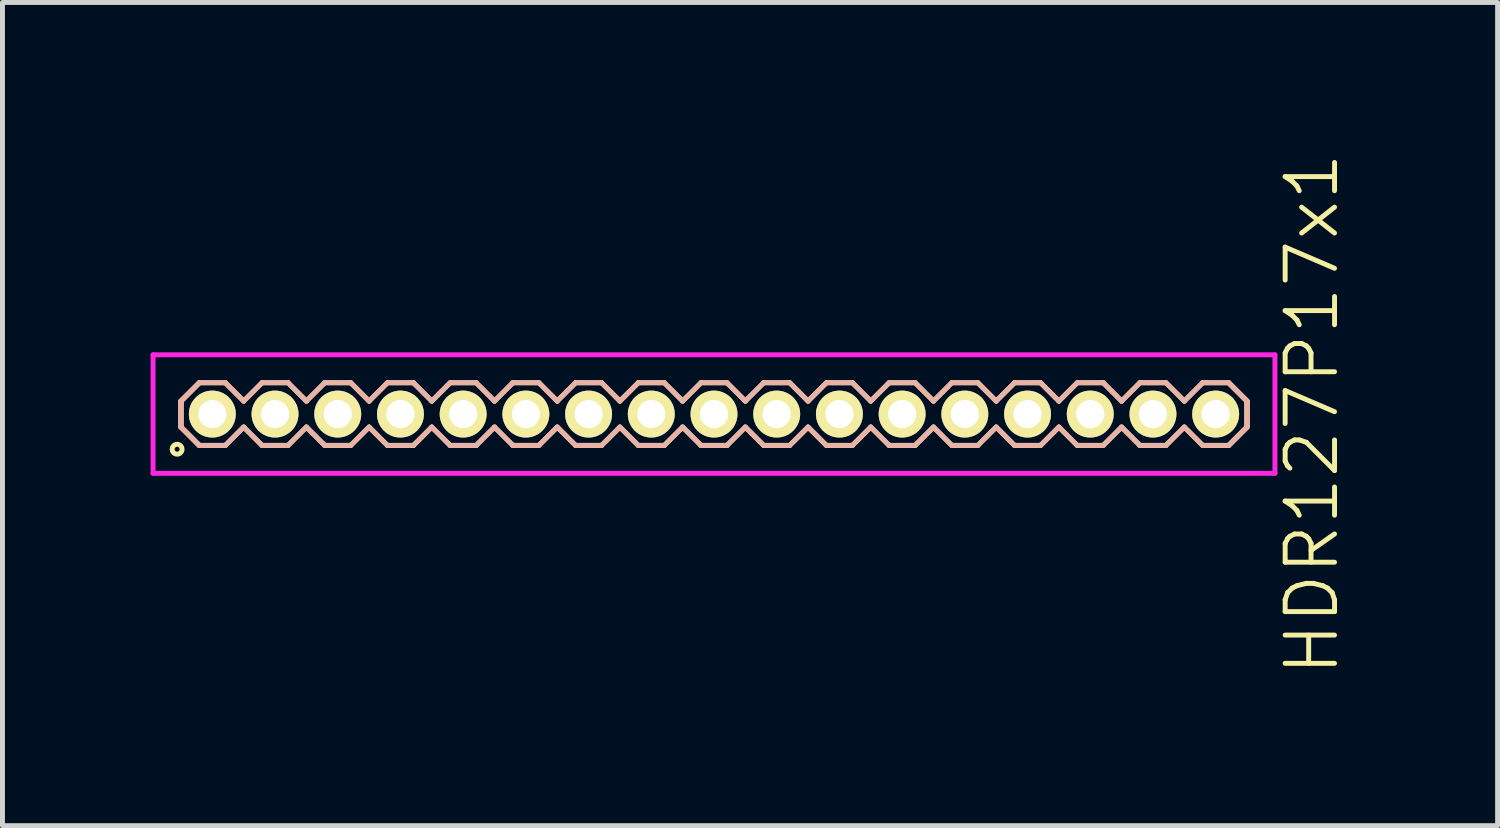
<source format=kicad_pcb>
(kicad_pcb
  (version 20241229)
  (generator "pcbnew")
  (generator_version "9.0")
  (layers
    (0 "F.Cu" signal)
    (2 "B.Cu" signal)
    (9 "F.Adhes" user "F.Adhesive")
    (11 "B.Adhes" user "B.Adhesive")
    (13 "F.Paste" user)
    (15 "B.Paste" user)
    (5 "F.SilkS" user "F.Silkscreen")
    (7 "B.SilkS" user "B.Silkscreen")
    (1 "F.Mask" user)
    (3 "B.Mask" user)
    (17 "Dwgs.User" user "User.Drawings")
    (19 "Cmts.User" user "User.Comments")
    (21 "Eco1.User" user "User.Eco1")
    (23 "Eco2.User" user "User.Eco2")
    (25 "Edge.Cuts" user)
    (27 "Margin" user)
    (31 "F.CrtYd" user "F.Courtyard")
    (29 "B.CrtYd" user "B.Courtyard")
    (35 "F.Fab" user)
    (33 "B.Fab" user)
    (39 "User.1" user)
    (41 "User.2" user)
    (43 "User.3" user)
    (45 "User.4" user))
  (footprint "HDR127P17x1"
    (layer "F.Cu")
    (at 11.41 5.336)
    (property "Reference" "HDR127P17x1" (at 12.11 0 90) (layer "F.SilkS") (effects (font (size 1 1) (thickness 0.1))))
    (attr through_hole)
    (fp_line (start -10.795 -0.263) (end -10.423 -0.635) (stroke (width 0.1) (type solid)) (layer "F.SilkS"))
    (fp_line (start -10.795 -0.263) (end -10.423 -0.635) (stroke (width 0.1) (type solid)) (layer "F.SilkS"))
    (fp_line (start -10.795 0.263) (end -10.795 -0.263) (stroke (width 0.1) (type solid)) (layer "F.SilkS"))
    (fp_line (start -10.795 0.263) (end -10.795 -0.263) (stroke (width 0.1) (type solid)) (layer "F.SilkS"))
    (fp_line (start -10.423 -0.635) (end -9.897 -0.635) (stroke (width 0.1) (type solid)) (layer "F.SilkS"))
    (fp_line (start -10.423 0.635) (end -10.795 0.263) (stroke (width 0.1) (type solid)) (layer "F.SilkS"))
    (fp_line (start -10.423 0.635) (end -10.795 0.263) (stroke (width 0.1) (type solid)) (layer "F.SilkS"))
    (fp_line (start -9.897 -0.635) (end -9.525 -0.263) (stroke (width 0.1) (type solid)) (layer "F.SilkS"))
    (fp_line (start -9.897 0.635) (end -10.423 0.635) (stroke (width 0.1) (type solid)) (layer "F.SilkS"))
    (fp_line (start -9.525 -0.263) (end -9.153 -0.635) (stroke (width 0.1) (type solid)) (layer "F.SilkS"))
    (fp_line (start -9.525 0.263) (end -9.897 0.635) (stroke (width 0.1) (type solid)) (layer "F.SilkS"))
    (fp_line (start -9.153 -0.635) (end -8.627 -0.635) (stroke (width 0.1) (type solid)) (layer "F.SilkS"))
    (fp_line (start -9.153 0.635) (end -9.525 0.263) (stroke (width 0.1) (type solid)) (layer "F.SilkS"))
    (fp_line (start -8.627 -0.635) (end -8.255 -0.263) (stroke (width 0.1) (type solid)) (layer "F.SilkS"))
    (fp_line (start -8.627 0.635) (end -9.153 0.635) (stroke (width 0.1) (type solid)) (layer "F.SilkS"))
    (fp_line (start -8.255 -0.263) (end -7.883 -0.635) (stroke (width 0.1) (type solid)) (layer "F.SilkS"))
    (fp_line (start -8.255 0.263) (end -8.627 0.635) (stroke (width 0.1) (type solid)) (layer "F.SilkS"))
    (fp_line (start -7.883 -0.635) (end -7.357 -0.635) (stroke (width 0.1) (type solid)) (layer "F.SilkS"))
    (fp_line (start -7.883 0.635) (end -8.255 0.263) (stroke (width 0.1) (type solid)) (layer "F.SilkS"))
    (fp_line (start -7.357 -0.635) (end -6.985 -0.263) (stroke (width 0.1) (type solid)) (layer "F.SilkS"))
    (fp_line (start -7.357 0.635) (end -7.883 0.635) (stroke (width 0.1) (type solid)) (layer "F.SilkS"))
    (fp_line (start -6.985 -0.263) (end -6.613 -0.635) (stroke (width 0.1) (type solid)) (layer "F.SilkS"))
    (fp_line (start -6.985 0.263) (end -7.357 0.635) (stroke (width 0.1) (type solid)) (layer "F.SilkS"))
    (fp_line (start -6.613 -0.635) (end -6.087 -0.635) (stroke (width 0.1) (type solid)) (layer "F.SilkS"))
    (fp_line (start -6.613 0.635) (end -6.985 0.263) (stroke (width 0.1) (type solid)) (layer "F.SilkS"))
    (fp_line (start -6.087 -0.635) (end -5.715 -0.263) (stroke (width 0.1) (type solid)) (layer "F.SilkS"))
    (fp_line (start -6.087 0.635) (end -6.613 0.635) (stroke (width 0.1) (type solid)) (layer "F.SilkS"))
    (fp_line (start -5.715 -0.263) (end -5.343 -0.635) (stroke (width 0.1) (type solid)) (layer "F.SilkS"))
    (fp_line (start -5.715 0.263) (end -6.087 0.635) (stroke (width 0.1) (type solid)) (layer "F.SilkS"))
    (fp_line (start -5.343 -0.635) (end -4.817 -0.635) (stroke (width 0.1) (type solid)) (layer "F.SilkS"))
    (fp_line (start -5.343 0.635) (end -5.715 0.263) (stroke (width 0.1) (type solid)) (layer "F.SilkS"))
    (fp_line (start -4.817 -0.635) (end -4.445 -0.263) (stroke (width 0.1) (type solid)) (layer "F.SilkS"))
    (fp_line (start -4.817 0.635) (end -5.343 0.635) (stroke (width 0.1) (type solid)) (layer "F.SilkS"))
    (fp_line (start -4.445 -0.263) (end -4.073 -0.635) (stroke (width 0.1) (type solid)) (layer "F.SilkS"))
    (fp_line (start -4.445 0.263) (end -4.817 0.635) (stroke (width 0.1) (type solid)) (layer "F.SilkS"))
    (fp_line (start -4.073 -0.635) (end -3.547 -0.635) (stroke (width 0.1) (type solid)) (layer "F.SilkS"))
    (fp_line (start -4.073 0.635) (end -4.445 0.263) (stroke (width 0.1) (type solid)) (layer "F.SilkS"))
    (fp_line (start -3.547 -0.635) (end -3.175 -0.263) (stroke (width 0.1) (type solid)) (layer "F.SilkS"))
    (fp_line (start -3.547 0.635) (end -4.073 0.635) (stroke (width 0.1) (type solid)) (layer "F.SilkS"))
    (fp_line (start -3.175 -0.263) (end -2.803 -0.635) (stroke (width 0.1) (type solid)) (layer "F.SilkS"))
    (fp_line (start -3.175 0.263) (end -3.547 0.635) (stroke (width 0.1) (type solid)) (layer "F.SilkS"))
    (fp_line (start -2.803 -0.635) (end -2.277 -0.635) (stroke (width 0.1) (type solid)) (layer "F.SilkS"))
    (fp_line (start -2.803 0.635) (end -3.175 0.263) (stroke (width 0.1) (type solid)) (layer "F.SilkS"))
    (fp_line (start -2.277 -0.635) (end -1.905 -0.263) (stroke (width 0.1) (type solid)) (layer "F.SilkS"))
    (fp_line (start -2.277 0.635) (end -2.803 0.635) (stroke (width 0.1) (type solid)) (layer "F.SilkS"))
    (fp_line (start -1.905 -0.263) (end -1.533 -0.635) (stroke (width 0.1) (type solid)) (layer "F.SilkS"))
    (fp_line (start -1.905 0.263) (end -2.277 0.635) (stroke (width 0.1) (type solid)) (layer "F.SilkS"))
    (fp_line (start -1.533 -0.635) (end -1.007 -0.635) (stroke (width 0.1) (type solid)) (layer "F.SilkS"))
    (fp_line (start -1.533 0.635) (end -1.905 0.263) (stroke (width 0.1) (type solid)) (layer "F.SilkS"))
    (fp_line (start -1.007 -0.635) (end -0.635 -0.263) (stroke (width 0.1) (type solid)) (layer "F.SilkS"))
    (fp_line (start -1.007 0.635) (end -1.533 0.635) (stroke (width 0.1) (type solid)) (layer "F.SilkS"))
    (fp_line (start -0.635 -0.263) (end -0.263 -0.635) (stroke (width 0.1) (type solid)) (layer "F.SilkS"))
    (fp_line (start -0.635 0.263) (end -1.007 0.635) (stroke (width 0.1) (type solid)) (layer "F.SilkS"))
    (fp_line (start -0.263 -0.635) (end 0.263 -0.635) (stroke (width 0.1) (type solid)) (layer "F.SilkS"))
    (fp_line (start -0.263 0.635) (end -0.635 0.263) (stroke (width 0.1) (type solid)) (layer "F.SilkS"))
    (fp_line (start 0.263 -0.635) (end 0.635 -0.263) (stroke (width 0.1) (type solid)) (layer "F.SilkS"))
    (fp_line (start 0.263 0.635) (end -0.263 0.635) (stroke (width 0.1) (type solid)) (layer "F.SilkS"))
    (fp_line (start 0.635 -0.263) (end 1.007 -0.635) (stroke (width 0.1) (type solid)) (layer "F.SilkS"))
    (fp_line (start 0.635 0.263) (end 0.263 0.635) (stroke (width 0.1) (type solid)) (layer "F.SilkS"))
    (fp_line (start 1.007 -0.635) (end 1.533 -0.635) (stroke (width 0.1) (type solid)) (layer "F.SilkS"))
    (fp_line (start 1.007 0.635) (end 0.635 0.263) (stroke (width 0.1) (type solid)) (layer "F.SilkS"))
    (fp_line (start 1.533 -0.635) (end 1.905 -0.263) (stroke (width 0.1) (type solid)) (layer "F.SilkS"))
    (fp_line (start 1.533 0.635) (end 1.007 0.635) (stroke (width 0.1) (type solid)) (layer "F.SilkS"))
    (fp_line (start 1.905 -0.263) (end 2.277 -0.635) (stroke (width 0.1) (type solid)) (layer "F.SilkS"))
    (fp_line (start 1.905 0.263) (end 1.533 0.635) (stroke (width 0.1) (type solid)) (layer "F.SilkS"))
    (fp_line (start 2.277 -0.635) (end 2.803 -0.635) (stroke (width 0.1) (type solid)) (layer "F.SilkS"))
    (fp_line (start 2.277 0.635) (end 1.905 0.263) (stroke (width 0.1) (type solid)) (layer "F.SilkS"))
    (fp_line (start 2.803 -0.635) (end 3.175 -0.263) (stroke (width 0.1) (type solid)) (layer "F.SilkS"))
    (fp_line (start 2.803 0.635) (end 2.277 0.635) (stroke (width 0.1) (type solid)) (layer "F.SilkS"))
    (fp_line (start 3.175 -0.263) (end 3.547 -0.635) (stroke (width 0.1) (type solid)) (layer "F.SilkS"))
    (fp_line (start 3.175 0.263) (end 2.803 0.635) (stroke (width 0.1) (type solid)) (layer "F.SilkS"))
    (fp_line (start 3.547 -0.635) (end 4.073 -0.635) (stroke (width 0.1) (type solid)) (layer "F.SilkS"))
    (fp_line (start 3.547 0.635) (end 3.175 0.263) (stroke (width 0.1) (type solid)) (layer "F.SilkS"))
    (fp_line (start 4.073 -0.635) (end 4.445 -0.263) (stroke (width 0.1) (type solid)) (layer "F.SilkS"))
    (fp_line (start 4.073 0.635) (end 3.547 0.635) (stroke (width 0.1) (type solid)) (layer "F.SilkS"))
    (fp_line (start 4.445 -0.263) (end 4.817 -0.635) (stroke (width 0.1) (type solid)) (layer "F.SilkS"))
    (fp_line (start 4.445 0.263) (end 4.073 0.635) (stroke (width 0.1) (type solid)) (layer "F.SilkS"))
    (fp_line (start 4.817 -0.635) (end 5.343 -0.635) (stroke (width 0.1) (type solid)) (layer "F.SilkS"))
    (fp_line (start 4.817 0.635) (end 4.445 0.263) (stroke (width 0.1) (type solid)) (layer "F.SilkS"))
    (fp_line (start 5.343 -0.635) (end 5.715 -0.263) (stroke (width 0.1) (type solid)) (layer "F.SilkS"))
    (fp_line (start 5.343 0.635) (end 4.817 0.635) (stroke (width 0.1) (type solid)) (layer "F.SilkS"))
    (fp_line (start 5.715 -0.263) (end 6.087 -0.635) (stroke (width 0.1) (type solid)) (layer "F.SilkS"))
    (fp_line (start 5.715 0.263) (end 5.343 0.635) (stroke (width 0.1) (type solid)) (layer "F.SilkS"))
    (fp_line (start 6.087 -0.635) (end 6.613 -0.635) (stroke (width 0.1) (type solid)) (layer "F.SilkS"))
    (fp_line (start 6.087 0.635) (end 5.715 0.263) (stroke (width 0.1) (type solid)) (layer "F.SilkS"))
    (fp_line (start 6.613 -0.635) (end 6.985 -0.263) (stroke (width 0.1) (type solid)) (layer "F.SilkS"))
    (fp_line (start 6.613 0.635) (end 6.087 0.635) (stroke (width 0.1) (type solid)) (layer "F.SilkS"))
    (fp_line (start 6.985 -0.263) (end 7.357 -0.635) (stroke (width 0.1) (type solid)) (layer "F.SilkS"))
    (fp_line (start 6.985 0.263) (end 6.613 0.635) (stroke (width 0.1) (type solid)) (layer "F.SilkS"))
    (fp_line (start 7.357 -0.635) (end 7.883 -0.635) (stroke (width 0.1) (type solid)) (layer "F.SilkS"))
    (fp_line (start 7.357 0.635) (end 6.985 0.263) (stroke (width 0.1) (type solid)) (layer "F.SilkS"))
    (fp_line (start 7.883 -0.635) (end 8.255 -0.263) (stroke (width 0.1) (type solid)) (layer "F.SilkS"))
    (fp_line (start 7.883 0.635) (end 7.357 0.635) (stroke (width 0.1) (type solid)) (layer "F.SilkS"))
    (fp_line (start 8.255 -0.263) (end 8.627 -0.635) (stroke (width 0.1) (type solid)) (layer "F.SilkS"))
    (fp_line (start 8.255 0.263) (end 7.883 0.635) (stroke (width 0.1) (type solid)) (layer "F.SilkS"))
    (fp_line (start 8.627 -0.635) (end 9.153 -0.635) (stroke (width 0.1) (type solid)) (layer "F.SilkS"))
    (fp_line (start 8.627 0.635) (end 8.255 0.263) (stroke (width 0.1) (type solid)) (layer "F.SilkS"))
    (fp_line (start 9.153 -0.635) (end 9.525 -0.263) (stroke (width 0.1) (type solid)) (layer "F.SilkS"))
    (fp_line (start 9.153 0.635) (end 8.627 0.635) (stroke (width 0.1) (type solid)) (layer "F.SilkS"))
    (fp_line (start 9.525 -0.263) (end 9.897 -0.635) (stroke (width 0.1) (type solid)) (layer "F.SilkS"))
    (fp_line (start 9.525 0.263) (end 9.153 0.635) (stroke (width 0.1) (type solid)) (layer "F.SilkS"))
    (fp_line (start 9.897 -0.635) (end 10.423 -0.635) (stroke (width 0.1) (type solid)) (layer "F.SilkS"))
    (fp_line (start 9.897 0.635) (end 9.525 0.263) (stroke (width 0.1) (type solid)) (layer "F.SilkS"))
    (fp_line (start 10.423 -0.635) (end 10.795 -0.263) (stroke (width 0.1) (type solid)) (layer "F.SilkS"))
    (fp_line (start 10.423 -0.635) (end 10.795 -0.263) (stroke (width 0.1) (type solid)) (layer "F.SilkS"))
    (fp_line (start 10.423 0.635) (end 9.897 0.635) (stroke (width 0.1) (type solid)) (layer "F.SilkS"))
    (fp_line (start 10.795 -0.263) (end 10.795 0.263) (stroke (width 0.1) (type solid)) (layer "F.SilkS"))
    (fp_line (start 10.795 -0.263) (end 10.795 0.263) (stroke (width 0.1) (type solid)) (layer "F.SilkS"))
    (fp_line (start 10.795 0.263) (end 10.423 0.635) (stroke (width 0.1) (type solid)) (layer "F.SilkS"))
    (fp_line (start 10.795 0.263) (end 10.423 0.635) (stroke (width 0.1) (type solid)) (layer "F.SilkS"))
    (fp_circle (center -10.873 0.712) (end -10.773 0.712) (stroke (width 0.1) (type solid)) (fill no) (layer "F.SilkS"))
    (fp_line (start -10.795 -0.263) (end -10.423 -0.635) (stroke (width 0.1) (type solid)) (layer "B.SilkS"))
    (fp_line (start -10.795 -0.263) (end -10.423 -0.635) (stroke (width 0.1) (type solid)) (layer "B.SilkS"))
    (fp_line (start -10.795 0.263) (end -10.795 -0.263) (stroke (width 0.1) (type solid)) (layer "B.SilkS"))
    (fp_line (start -10.795 0.263) (end -10.795 -0.263) (stroke (width 0.1) (type solid)) (layer "B.SilkS"))
    (fp_line (start -10.423 -0.635) (end -9.897 -0.635) (stroke (width 0.1) (type solid)) (layer "B.SilkS"))
    (fp_line (start -10.423 0.635) (end -10.795 0.263) (stroke (width 0.1) (type solid)) (layer "B.SilkS"))
    (fp_line (start -10.423 0.635) (end -10.795 0.263) (stroke (width 0.1) (type solid)) (layer "B.SilkS"))
    (fp_line (start -9.897 -0.635) (end -9.525 -0.263) (stroke (width 0.1) (type solid)) (layer "B.SilkS"))
    (fp_line (start -9.897 0.635) (end -10.423 0.635) (stroke (width 0.1) (type solid)) (layer "B.SilkS"))
    (fp_line (start -9.525 -0.263) (end -9.153 -0.635) (stroke (width 0.1) (type solid)) (layer "B.SilkS"))
    (fp_line (start -9.525 0.263) (end -9.897 0.635) (stroke (width 0.1) (type solid)) (layer "B.SilkS"))
    (fp_line (start -9.153 -0.635) (end -8.627 -0.635) (stroke (width 0.1) (type solid)) (layer "B.SilkS"))
    (fp_line (start -9.153 0.635) (end -9.525 0.263) (stroke (width 0.1) (type solid)) (layer "B.SilkS"))
    (fp_line (start -8.627 -0.635) (end -8.255 -0.263) (stroke (width 0.1) (type solid)) (layer "B.SilkS"))
    (fp_line (start -8.627 0.635) (end -9.153 0.635) (stroke (width 0.1) (type solid)) (layer "B.SilkS"))
    (fp_line (start -8.255 -0.263) (end -7.883 -0.635) (stroke (width 0.1) (type solid)) (layer "B.SilkS"))
    (fp_line (start -8.255 0.263) (end -8.627 0.635) (stroke (width 0.1) (type solid)) (layer "B.SilkS"))
    (fp_line (start -7.883 -0.635) (end -7.357 -0.635) (stroke (width 0.1) (type solid)) (layer "B.SilkS"))
    (fp_line (start -7.883 0.635) (end -8.255 0.263) (stroke (width 0.1) (type solid)) (layer "B.SilkS"))
    (fp_line (start -7.357 -0.635) (end -6.985 -0.263) (stroke (width 0.1) (type solid)) (layer "B.SilkS"))
    (fp_line (start -7.357 0.635) (end -7.883 0.635) (stroke (width 0.1) (type solid)) (layer "B.SilkS"))
    (fp_line (start -6.985 -0.263) (end -6.613 -0.635) (stroke (width 0.1) (type solid)) (layer "B.SilkS"))
    (fp_line (start -6.985 0.263) (end -7.357 0.635) (stroke (width 0.1) (type solid)) (layer "B.SilkS"))
    (fp_line (start -6.613 -0.635) (end -6.087 -0.635) (stroke (width 0.1) (type solid)) (layer "B.SilkS"))
    (fp_line (start -6.613 0.635) (end -6.985 0.263) (stroke (width 0.1) (type solid)) (layer "B.SilkS"))
    (fp_line (start -6.087 -0.635) (end -5.715 -0.263) (stroke (width 0.1) (type solid)) (layer "B.SilkS"))
    (fp_line (start -6.087 0.635) (end -6.613 0.635) (stroke (width 0.1) (type solid)) (layer "B.SilkS"))
    (fp_line (start -5.715 -0.263) (end -5.343 -0.635) (stroke (width 0.1) (type solid)) (layer "B.SilkS"))
    (fp_line (start -5.715 0.263) (end -6.087 0.635) (stroke (width 0.1) (type solid)) (layer "B.SilkS"))
    (fp_line (start -5.343 -0.635) (end -4.817 -0.635) (stroke (width 0.1) (type solid)) (layer "B.SilkS"))
    (fp_line (start -5.343 0.635) (end -5.715 0.263) (stroke (width 0.1) (type solid)) (layer "B.SilkS"))
    (fp_line (start -4.817 -0.635) (end -4.445 -0.263) (stroke (width 0.1) (type solid)) (layer "B.SilkS"))
    (fp_line (start -4.817 0.635) (end -5.343 0.635) (stroke (width 0.1) (type solid)) (layer "B.SilkS"))
    (fp_line (start -4.445 -0.263) (end -4.073 -0.635) (stroke (width 0.1) (type solid)) (layer "B.SilkS"))
    (fp_line (start -4.445 0.263) (end -4.817 0.635) (stroke (width 0.1) (type solid)) (layer "B.SilkS"))
    (fp_line (start -4.073 -0.635) (end -3.547 -0.635) (stroke (width 0.1) (type solid)) (layer "B.SilkS"))
    (fp_line (start -4.073 0.635) (end -4.445 0.263) (stroke (width 0.1) (type solid)) (layer "B.SilkS"))
    (fp_line (start -3.547 -0.635) (end -3.175 -0.263) (stroke (width 0.1) (type solid)) (layer "B.SilkS"))
    (fp_line (start -3.547 0.635) (end -4.073 0.635) (stroke (width 0.1) (type solid)) (layer "B.SilkS"))
    (fp_line (start -3.175 -0.263) (end -2.803 -0.635) (stroke (width 0.1) (type solid)) (layer "B.SilkS"))
    (fp_line (start -3.175 0.263) (end -3.547 0.635) (stroke (width 0.1) (type solid)) (layer "B.SilkS"))
    (fp_line (start -2.803 -0.635) (end -2.277 -0.635) (stroke (width 0.1) (type solid)) (layer "B.SilkS"))
    (fp_line (start -2.803 0.635) (end -3.175 0.263) (stroke (width 0.1) (type solid)) (layer "B.SilkS"))
    (fp_line (start -2.277 -0.635) (end -1.905 -0.263) (stroke (width 0.1) (type solid)) (layer "B.SilkS"))
    (fp_line (start -2.277 0.635) (end -2.803 0.635) (stroke (width 0.1) (type solid)) (layer "B.SilkS"))
    (fp_line (start -1.905 -0.263) (end -1.533 -0.635) (stroke (width 0.1) (type solid)) (layer "B.SilkS"))
    (fp_line (start -1.905 0.263) (end -2.277 0.635) (stroke (width 0.1) (type solid)) (layer "B.SilkS"))
    (fp_line (start -1.533 -0.635) (end -1.007 -0.635) (stroke (width 0.1) (type solid)) (layer "B.SilkS"))
    (fp_line (start -1.533 0.635) (end -1.905 0.263) (stroke (width 0.1) (type solid)) (layer "B.SilkS"))
    (fp_line (start -1.007 -0.635) (end -0.635 -0.263) (stroke (width 0.1) (type solid)) (layer "B.SilkS"))
    (fp_line (start -1.007 0.635) (end -1.533 0.635) (stroke (width 0.1) (type solid)) (layer "B.SilkS"))
    (fp_line (start -0.635 -0.263) (end -0.263 -0.635) (stroke (width 0.1) (type solid)) (layer "B.SilkS"))
    (fp_line (start -0.635 0.263) (end -1.007 0.635) (stroke (width 0.1) (type solid)) (layer "B.SilkS"))
    (fp_line (start -0.263 -0.635) (end 0.263 -0.635) (stroke (width 0.1) (type solid)) (layer "B.SilkS"))
    (fp_line (start -0.263 0.635) (end -0.635 0.263) (stroke (width 0.1) (type solid)) (layer "B.SilkS"))
    (fp_line (start 0.263 -0.635) (end 0.635 -0.263) (stroke (width 0.1) (type solid)) (layer "B.SilkS"))
    (fp_line (start 0.263 0.635) (end -0.263 0.635) (stroke (width 0.1) (type solid)) (layer "B.SilkS"))
    (fp_line (start 0.635 -0.263) (end 1.007 -0.635) (stroke (width 0.1) (type solid)) (layer "B.SilkS"))
    (fp_line (start 0.635 0.263) (end 0.263 0.635) (stroke (width 0.1) (type solid)) (layer "B.SilkS"))
    (fp_line (start 1.007 -0.635) (end 1.533 -0.635) (stroke (width 0.1) (type solid)) (layer "B.SilkS"))
    (fp_line (start 1.007 0.635) (end 0.635 0.263) (stroke (width 0.1) (type solid)) (layer "B.SilkS"))
    (fp_line (start 1.533 -0.635) (end 1.905 -0.263) (stroke (width 0.1) (type solid)) (layer "B.SilkS"))
    (fp_line (start 1.533 0.635) (end 1.007 0.635) (stroke (width 0.1) (type solid)) (layer "B.SilkS"))
    (fp_line (start 1.905 -0.263) (end 2.277 -0.635) (stroke (width 0.1) (type solid)) (layer "B.SilkS"))
    (fp_line (start 1.905 0.263) (end 1.533 0.635) (stroke (width 0.1) (type solid)) (layer "B.SilkS"))
    (fp_line (start 2.277 -0.635) (end 2.803 -0.635) (stroke (width 0.1) (type solid)) (layer "B.SilkS"))
    (fp_line (start 2.277 0.635) (end 1.905 0.263) (stroke (width 0.1) (type solid)) (layer "B.SilkS"))
    (fp_line (start 2.803 -0.635) (end 3.175 -0.263) (stroke (width 0.1) (type solid)) (layer "B.SilkS"))
    (fp_line (start 2.803 0.635) (end 2.277 0.635) (stroke (width 0.1) (type solid)) (layer "B.SilkS"))
    (fp_line (start 3.175 -0.263) (end 3.547 -0.635) (stroke (width 0.1) (type solid)) (layer "B.SilkS"))
    (fp_line (start 3.175 0.263) (end 2.803 0.635) (stroke (width 0.1) (type solid)) (layer "B.SilkS"))
    (fp_line (start 3.547 -0.635) (end 4.073 -0.635) (stroke (width 0.1) (type solid)) (layer "B.SilkS"))
    (fp_line (start 3.547 0.635) (end 3.175 0.263) (stroke (width 0.1) (type solid)) (layer "B.SilkS"))
    (fp_line (start 4.073 -0.635) (end 4.445 -0.263) (stroke (width 0.1) (type solid)) (layer "B.SilkS"))
    (fp_line (start 4.073 0.635) (end 3.547 0.635) (stroke (width 0.1) (type solid)) (layer "B.SilkS"))
    (fp_line (start 4.445 -0.263) (end 4.817 -0.635) (stroke (width 0.1) (type solid)) (layer "B.SilkS"))
    (fp_line (start 4.445 0.263) (end 4.073 0.635) (stroke (width 0.1) (type solid)) (layer "B.SilkS"))
    (fp_line (start 4.817 -0.635) (end 5.343 -0.635) (stroke (width 0.1) (type solid)) (layer "B.SilkS"))
    (fp_line (start 4.817 0.635) (end 4.445 0.263) (stroke (width 0.1) (type solid)) (layer "B.SilkS"))
    (fp_line (start 5.343 -0.635) (end 5.715 -0.263) (stroke (width 0.1) (type solid)) (layer "B.SilkS"))
    (fp_line (start 5.343 0.635) (end 4.817 0.635) (stroke (width 0.1) (type solid)) (layer "B.SilkS"))
    (fp_line (start 5.715 -0.263) (end 6.087 -0.635) (stroke (width 0.1) (type solid)) (layer "B.SilkS"))
    (fp_line (start 5.715 0.263) (end 5.343 0.635) (stroke (width 0.1) (type solid)) (layer "B.SilkS"))
    (fp_line (start 6.087 -0.635) (end 6.613 -0.635) (stroke (width 0.1) (type solid)) (layer "B.SilkS"))
    (fp_line (start 6.087 0.635) (end 5.715 0.263) (stroke (width 0.1) (type solid)) (layer "B.SilkS"))
    (fp_line (start 6.613 -0.635) (end 6.985 -0.263) (stroke (width 0.1) (type solid)) (layer "B.SilkS"))
    (fp_line (start 6.613 0.635) (end 6.087 0.635) (stroke (width 0.1) (type solid)) (layer "B.SilkS"))
    (fp_line (start 6.985 -0.263) (end 7.357 -0.635) (stroke (width 0.1) (type solid)) (layer "B.SilkS"))
    (fp_line (start 6.985 0.263) (end 6.613 0.635) (stroke (width 0.1) (type solid)) (layer "B.SilkS"))
    (fp_line (start 7.357 -0.635) (end 7.883 -0.635) (stroke (width 0.1) (type solid)) (layer "B.SilkS"))
    (fp_line (start 7.357 0.635) (end 6.985 0.263) (stroke (width 0.1) (type solid)) (layer "B.SilkS"))
    (fp_line (start 7.883 -0.635) (end 8.255 -0.263) (stroke (width 0.1) (type solid)) (layer "B.SilkS"))
    (fp_line (start 7.883 0.635) (end 7.357 0.635) (stroke (width 0.1) (type solid)) (layer "B.SilkS"))
    (fp_line (start 8.255 -0.263) (end 8.627 -0.635) (stroke (width 0.1) (type solid)) (layer "B.SilkS"))
    (fp_line (start 8.255 0.263) (end 7.883 0.635) (stroke (width 0.1) (type solid)) (layer "B.SilkS"))
    (fp_line (start 8.627 -0.635) (end 9.153 -0.635) (stroke (width 0.1) (type solid)) (layer "B.SilkS"))
    (fp_line (start 8.627 0.635) (end 8.255 0.263) (stroke (width 0.1) (type solid)) (layer "B.SilkS"))
    (fp_line (start 9.153 -0.635) (end 9.525 -0.263) (stroke (width 0.1) (type solid)) (layer "B.SilkS"))
    (fp_line (start 9.153 0.635) (end 8.627 0.635) (stroke (width 0.1) (type solid)) (layer "B.SilkS"))
    (fp_line (start 9.525 -0.263) (end 9.897 -0.635) (stroke (width 0.1) (type solid)) (layer "B.SilkS"))
    (fp_line (start 9.525 0.263) (end 9.153 0.635) (stroke (width 0.1) (type solid)) (layer "B.SilkS"))
    (fp_line (start 9.897 -0.635) (end 10.423 -0.635) (stroke (width 0.1) (type solid)) (layer "B.SilkS"))
    (fp_line (start 9.897 0.635) (end 9.525 0.263) (stroke (width 0.1) (type solid)) (layer "B.SilkS"))
    (fp_line (start 10.423 -0.635) (end 10.795 -0.263) (stroke (width 0.1) (type solid)) (layer "B.SilkS"))
    (fp_line (start 10.423 -0.635) (end 10.795 -0.263) (stroke (width 0.1) (type solid)) (layer "B.SilkS"))
    (fp_line (start 10.423 0.635) (end 9.897 0.635) (stroke (width 0.1) (type solid)) (layer "B.SilkS"))
    (fp_line (start 10.795 -0.263) (end 10.795 0.263) (stroke (width 0.1) (type solid)) (layer "B.SilkS"))
    (fp_line (start 10.795 -0.263) (end 10.795 0.263) (stroke (width 0.1) (type solid)) (layer "B.SilkS"))
    (fp_line (start 10.795 0.263) (end 10.423 0.635) (stroke (width 0.1) (type solid)) (layer "B.SilkS"))
    (fp_line (start 10.795 0.263) (end 10.423 0.635) (stroke (width 0.1) (type solid)) (layer "B.SilkS"))
    (fp_line (start -11.36 -1.2) (end -11.36 1.2) (stroke (width 0.1) (type solid)) (layer "F.CrtYd"))
    (fp_line (start -11.36 1.2) (end 11.36 1.2) (stroke (width 0.1) (type solid)) (layer "F.CrtYd"))
    (fp_line (start 11.36 -1.2) (end -11.36 -1.2) (stroke (width 0.1) (type solid)) (layer "F.CrtYd"))
    (fp_line (start 11.36 1.2) (end 11.36 -1.2) (stroke (width 0.1) (type solid)) (layer "F.CrtYd"))
    (pad "1" thru_hole oval (at -10.16 0) (size 0.95 0.95) (drill 0.57) (layers "*.Cu" "*.Mask" "F.SilkS"))
    (pad "2" thru_hole oval (at -8.89 0) (size 0.95 0.95) (drill 0.57) (layers "*.Cu" "*.Mask" "F.SilkS"))
    (pad "3" thru_hole oval (at -7.62 0) (size 0.95 0.95) (drill 0.57) (layers "*.Cu" "*.Mask" "F.SilkS"))
    (pad "4" thru_hole oval (at -6.35 0) (size 0.95 0.95) (drill 0.57) (layers "*.Cu" "*.Mask" "F.SilkS"))
    (pad "5" thru_hole oval (at -5.08 0) (size 0.95 0.95) (drill 0.57) (layers "*.Cu" "*.Mask" "F.SilkS"))
    (pad "6" thru_hole oval (at -3.81 0) (size 0.95 0.95) (drill 0.57) (layers "*.Cu" "*.Mask" "F.SilkS"))
    (pad "7" thru_hole oval (at -2.54 0) (size 0.95 0.95) (drill 0.57) (layers "*.Cu" "*.Mask" "F.SilkS"))
    (pad "8" thru_hole oval (at -1.27 0) (size 0.95 0.95) (drill 0.57) (layers "*.Cu" "*.Mask" "F.SilkS"))
    (pad "9" thru_hole oval (at 0 0) (size 0.95 0.95) (drill 0.57) (layers "*.Cu" "*.Mask" "F.SilkS"))
    (pad "10" thru_hole oval (at 1.27 0) (size 0.95 0.95) (drill 0.57) (layers "*.Cu" "*.Mask" "F.SilkS"))
    (pad "11" thru_hole oval (at 2.54 0) (size 0.95 0.95) (drill 0.57) (layers "*.Cu" "*.Mask" "F.SilkS"))
    (pad "12" thru_hole oval (at 3.81 0) (size 0.95 0.95) (drill 0.57) (layers "*.Cu" "*.Mask" "F.SilkS"))
    (pad "13" thru_hole oval (at 5.08 0) (size 0.95 0.95) (drill 0.57) (layers "*.Cu" "*.Mask" "F.SilkS"))
    (pad "14" thru_hole oval (at 6.35 0) (size 0.95 0.95) (drill 0.57) (layers "*.Cu" "*.Mask" "F.SilkS"))
    (pad "15" thru_hole oval (at 7.62 0) (size 0.95 0.95) (drill 0.57) (layers "*.Cu" "*.Mask" "F.SilkS"))
    (pad "16" thru_hole oval (at 8.89 0) (size 0.95 0.95) (drill 0.57) (layers "*.Cu" "*.Mask" "F.SilkS"))
    (pad "17" thru_hole oval (at 10.16 0) (size 0.95 0.95) (drill 0.57) (layers "*.Cu" "*.Mask" "F.SilkS")))
  (gr_rect
    (start -3 -3)
    (end 27.28 13.671)
    (stroke (width 0.1) (type default))
    (fill no)
    (layer "Edge.Cuts")))
</source>
